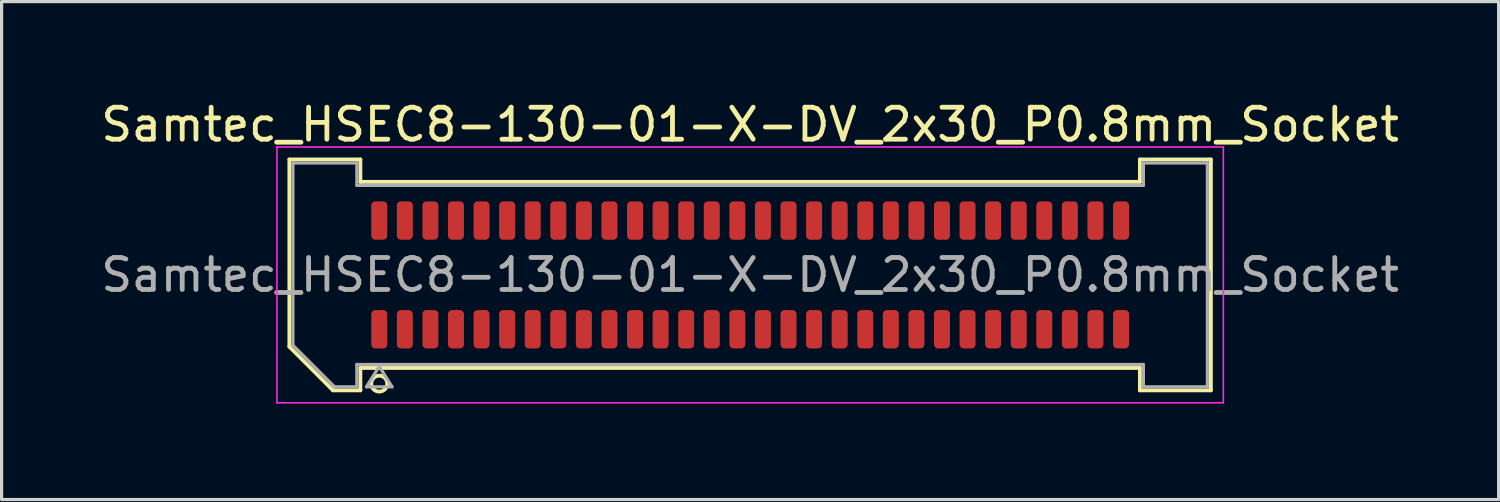
<source format=kicad_pcb>
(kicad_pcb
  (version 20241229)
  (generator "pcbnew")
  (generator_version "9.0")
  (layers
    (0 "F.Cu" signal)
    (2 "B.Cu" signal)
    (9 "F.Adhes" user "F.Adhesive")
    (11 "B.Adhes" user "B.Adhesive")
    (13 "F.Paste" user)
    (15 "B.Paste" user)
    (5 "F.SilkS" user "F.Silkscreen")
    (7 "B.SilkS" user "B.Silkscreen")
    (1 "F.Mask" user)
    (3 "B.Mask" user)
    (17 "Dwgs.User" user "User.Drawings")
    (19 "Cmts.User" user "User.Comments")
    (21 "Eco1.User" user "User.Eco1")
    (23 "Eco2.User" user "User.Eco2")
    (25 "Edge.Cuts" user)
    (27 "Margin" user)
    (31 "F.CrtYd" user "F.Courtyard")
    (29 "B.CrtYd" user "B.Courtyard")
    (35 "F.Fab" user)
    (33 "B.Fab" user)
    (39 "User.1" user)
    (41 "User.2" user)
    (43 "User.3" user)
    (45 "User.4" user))
  (footprint "Samtec_HSEC8-130-01-X-DV_2x30_P0.8mm_Socket"
    (layer "F.Cu")
    (at 20.411 5.548)
    (property "Reference" "Samtec_HSEC8-130-01-X-DV_2x30_P0.8mm_Socket" (at 0 -4.7 0) (layer "F.SilkS") (effects (font (size 1 1) (thickness 0.15))))
    (attr smd)
    (fp_line (start -14.41 -3.61) (end -12.19 -3.61) (stroke (width 0.12) (type solid)) (layer "F.SilkS"))
    (fp_line (start -14.41 2.246) (end -14.41 -3.61) (stroke (width 0.12) (type solid)) (layer "F.SilkS"))
    (fp_line (start -13.046 3.61) (end -14.41 2.246) (stroke (width 0.12) (type solid)) (layer "F.SilkS"))
    (fp_line (start -12.19 -3.61) (end -12.19 -2.91) (stroke (width 0.12) (type solid)) (layer "F.SilkS"))
    (fp_line (start -12.19 -2.91) (end 12.19 -2.91) (stroke (width 0.12) (type solid)) (layer "F.SilkS"))
    (fp_line (start -12.19 2.91) (end -12.19 3.61) (stroke (width 0.12) (type solid)) (layer "F.SilkS"))
    (fp_line (start -12.19 3.61) (end -13.046 3.61) (stroke (width 0.12) (type solid)) (layer "F.SilkS"))
    (fp_line (start 12.19 -3.61) (end 14.41 -3.61) (stroke (width 0.12) (type solid)) (layer "F.SilkS"))
    (fp_line (start 12.19 -2.91) (end 12.19 -3.61) (stroke (width 0.12) (type solid)) (layer "F.SilkS"))
    (fp_line (start 12.19 2.91) (end -12.19 2.91) (stroke (width 0.12) (type solid)) (layer "F.SilkS"))
    (fp_line (start 12.19 3.61) (end 12.19 2.91) (stroke (width 0.12) (type solid)) (layer "F.SilkS"))
    (fp_line (start 14.41 -3.61) (end 14.41 3.61) (stroke (width 0.12) (type solid)) (layer "F.SilkS"))
    (fp_line (start 14.41 3.61) (end 12.19 3.61) (stroke (width 0.12) (type solid)) (layer "F.SilkS"))
    (fp_arc (start -11.35 3.4) (mid -11.85 3.4) (end -11.35 3.4) (stroke (width 0.12) (type solid)) (layer "F.SilkS"))
    (fp_line (start -14.8 -4) (end -14.8 4) (stroke (width 0.05) (type solid)) (layer "F.CrtYd"))
    (fp_line (start -14.8 4) (end 14.8 4) (stroke (width 0.05) (type solid)) (layer "F.CrtYd"))
    (fp_line (start 14.8 -4) (end -14.8 -4) (stroke (width 0.05) (type solid)) (layer "F.CrtYd"))
    (fp_line (start 14.8 4) (end 14.8 -4) (stroke (width 0.05) (type solid)) (layer "F.CrtYd"))
    (fp_line (start -14.3 -3.5) (end -12.3 -3.5) (stroke (width 0.1) (type solid)) (layer "F.Fab"))
    (fp_line (start -14.3 2.2) (end -14.3 -3.5) (stroke (width 0.1) (type solid)) (layer "F.Fab"))
    (fp_line (start -13 3.5) (end -14.3 2.2) (stroke (width 0.1) (type solid)) (layer "F.Fab"))
    (fp_line (start -12.3 -3.5) (end -12.3 -2.8) (stroke (width 0.1) (type solid)) (layer "F.Fab"))
    (fp_line (start -12.3 -2.8) (end 12.3 -2.8) (stroke (width 0.1) (type solid)) (layer "F.Fab"))
    (fp_line (start -12.3 2.8) (end -12.3 3.5) (stroke (width 0.1) (type solid)) (layer "F.Fab"))
    (fp_line (start -12.3 3.5) (end -13 3.5) (stroke (width 0.1) (type solid)) (layer "F.Fab"))
    (fp_line (start -12 3.5) (end -11.6 2.86) (stroke (width 0.1) (type solid)) (layer "F.Fab"))
    (fp_line (start -11.6 2.86) (end -11.2 3.5) (stroke (width 0.1) (type solid)) (layer "F.Fab"))
    (fp_line (start -11.2 3.5) (end -12 3.5) (stroke (width 0.1) (type solid)) (layer "F.Fab"))
    (fp_line (start 12.3 -3.5) (end 14.3 -3.5) (stroke (width 0.1) (type solid)) (layer "F.Fab"))
    (fp_line (start 12.3 -2.8) (end 12.3 -3.5) (stroke (width 0.1) (type solid)) (layer "F.Fab"))
    (fp_line (start 12.3 2.8) (end -12.3 2.8) (stroke (width 0.1) (type solid)) (layer "F.Fab"))
    (fp_line (start 12.3 3.5) (end 12.3 2.8) (stroke (width 0.1) (type solid)) (layer "F.Fab"))
    (fp_line (start 14.3 -3.5) (end 14.3 3.5) (stroke (width 0.1) (type solid)) (layer "F.Fab"))
    (fp_line (start 14.3 3.5) (end 12.3 3.5) (stroke (width 0.1) (type solid)) (layer "F.Fab"))
    (fp_text user "${REFERENCE}" (at 0 0 0) (layer "F.Fab") (effects (font (size 1 1) (thickness 0.15))))
    (pad "1" smd roundrect (at -11.6 1.7) (size 0.5 1.2) (layers "F.Cu" "F.Mask" "F.Paste") (roundrect_rratio 0.25))
    (pad "2" smd roundrect (at -11.6 -1.7) (size 0.5 1.2) (layers "F.Cu" "F.Mask" "F.Paste") (roundrect_rratio 0.25))
    (pad "3" smd roundrect (at -10.8 1.7) (size 0.5 1.2) (layers "F.Cu" "F.Mask" "F.Paste") (roundrect_rratio 0.25))
    (pad "4" smd roundrect (at -10.8 -1.7) (size 0.5 1.2) (layers "F.Cu" "F.Mask" "F.Paste") (roundrect_rratio 0.25))
    (pad "5" smd roundrect (at -10 1.7) (size 0.5 1.2) (layers "F.Cu" "F.Mask" "F.Paste") (roundrect_rratio 0.25))
    (pad "6" smd roundrect (at -10 -1.7) (size 0.5 1.2) (layers "F.Cu" "F.Mask" "F.Paste") (roundrect_rratio 0.25))
    (pad "7" smd roundrect (at -9.2 1.7) (size 0.5 1.2) (layers "F.Cu" "F.Mask" "F.Paste") (roundrect_rratio 0.25))
    (pad "8" smd roundrect (at -9.2 -1.7) (size 0.5 1.2) (layers "F.Cu" "F.Mask" "F.Paste") (roundrect_rratio 0.25))
    (pad "9" smd roundrect (at -8.4 1.7) (size 0.5 1.2) (layers "F.Cu" "F.Mask" "F.Paste") (roundrect_rratio 0.25))
    (pad "10" smd roundrect (at -8.4 -1.7) (size 0.5 1.2) (layers "F.Cu" "F.Mask" "F.Paste") (roundrect_rratio 0.25))
    (pad "11" smd roundrect (at -7.6 1.7) (size 0.5 1.2) (layers "F.Cu" "F.Mask" "F.Paste") (roundrect_rratio 0.25))
    (pad "12" smd roundrect (at -7.6 -1.7) (size 0.5 1.2) (layers "F.Cu" "F.Mask" "F.Paste") (roundrect_rratio 0.25))
    (pad "13" smd roundrect (at -6.8 1.7) (size 0.5 1.2) (layers "F.Cu" "F.Mask" "F.Paste") (roundrect_rratio 0.25))
    (pad "14" smd roundrect (at -6.8 -1.7) (size 0.5 1.2) (layers "F.Cu" "F.Mask" "F.Paste") (roundrect_rratio 0.25))
    (pad "15" smd roundrect (at -6 1.7) (size 0.5 1.2) (layers "F.Cu" "F.Mask" "F.Paste") (roundrect_rratio 0.25))
    (pad "16" smd roundrect (at -6 -1.7) (size 0.5 1.2) (layers "F.Cu" "F.Mask" "F.Paste") (roundrect_rratio 0.25))
    (pad "17" smd roundrect (at -5.2 1.7) (size 0.5 1.2) (layers "F.Cu" "F.Mask" "F.Paste") (roundrect_rratio 0.25))
    (pad "18" smd roundrect (at -5.2 -1.7) (size 0.5 1.2) (layers "F.Cu" "F.Mask" "F.Paste") (roundrect_rratio 0.25))
    (pad "19" smd roundrect (at -4.4 1.7) (size 0.5 1.2) (layers "F.Cu" "F.Mask" "F.Paste") (roundrect_rratio 0.25))
    (pad "20" smd roundrect (at -4.4 -1.7) (size 0.5 1.2) (layers "F.Cu" "F.Mask" "F.Paste") (roundrect_rratio 0.25))
    (pad "21" smd roundrect (at -3.6 1.7) (size 0.5 1.2) (layers "F.Cu" "F.Mask" "F.Paste") (roundrect_rratio 0.25))
    (pad "22" smd roundrect (at -3.6 -1.7) (size 0.5 1.2) (layers "F.Cu" "F.Mask" "F.Paste") (roundrect_rratio 0.25))
    (pad "23" smd roundrect (at -2.8 1.7) (size 0.5 1.2) (layers "F.Cu" "F.Mask" "F.Paste") (roundrect_rratio 0.25))
    (pad "24" smd roundrect (at -2.8 -1.7) (size 0.5 1.2) (layers "F.Cu" "F.Mask" "F.Paste") (roundrect_rratio 0.25))
    (pad "25" smd roundrect (at -2 1.7) (size 0.5 1.2) (layers "F.Cu" "F.Mask" "F.Paste") (roundrect_rratio 0.25))
    (pad "26" smd roundrect (at -2 -1.7) (size 0.5 1.2) (layers "F.Cu" "F.Mask" "F.Paste") (roundrect_rratio 0.25))
    (pad "27" smd roundrect (at -1.2 1.7) (size 0.5 1.2) (layers "F.Cu" "F.Mask" "F.Paste") (roundrect_rratio 0.25))
    (pad "28" smd roundrect (at -1.2 -1.7) (size 0.5 1.2) (layers "F.Cu" "F.Mask" "F.Paste") (roundrect_rratio 0.25))
    (pad "29" smd roundrect (at -0.4 1.7) (size 0.5 1.2) (layers "F.Cu" "F.Mask" "F.Paste") (roundrect_rratio 0.25))
    (pad "30" smd roundrect (at -0.4 -1.7) (size 0.5 1.2) (layers "F.Cu" "F.Mask" "F.Paste") (roundrect_rratio 0.25))
    (pad "31" smd roundrect (at 0.4 1.7) (size 0.5 1.2) (layers "F.Cu" "F.Mask" "F.Paste") (roundrect_rratio 0.25))
    (pad "32" smd roundrect (at 0.4 -1.7) (size 0.5 1.2) (layers "F.Cu" "F.Mask" "F.Paste") (roundrect_rratio 0.25))
    (pad "33" smd roundrect (at 1.2 1.7) (size 0.5 1.2) (layers "F.Cu" "F.Mask" "F.Paste") (roundrect_rratio 0.25))
    (pad "34" smd roundrect (at 1.2 -1.7) (size 0.5 1.2) (layers "F.Cu" "F.Mask" "F.Paste") (roundrect_rratio 0.25))
    (pad "35" smd roundrect (at 2 1.7) (size 0.5 1.2) (layers "F.Cu" "F.Mask" "F.Paste") (roundrect_rratio 0.25))
    (pad "36" smd roundrect (at 2 -1.7) (size 0.5 1.2) (layers "F.Cu" "F.Mask" "F.Paste") (roundrect_rratio 0.25))
    (pad "37" smd roundrect (at 2.8 1.7) (size 0.5 1.2) (layers "F.Cu" "F.Mask" "F.Paste") (roundrect_rratio 0.25))
    (pad "38" smd roundrect (at 2.8 -1.7) (size 0.5 1.2) (layers "F.Cu" "F.Mask" "F.Paste") (roundrect_rratio 0.25))
    (pad "39" smd roundrect (at 3.6 1.7) (size 0.5 1.2) (layers "F.Cu" "F.Mask" "F.Paste") (roundrect_rratio 0.25))
    (pad "40" smd roundrect (at 3.6 -1.7) (size 0.5 1.2) (layers "F.Cu" "F.Mask" "F.Paste") (roundrect_rratio 0.25))
    (pad "41" smd roundrect (at 4.4 1.7) (size 0.5 1.2) (layers "F.Cu" "F.Mask" "F.Paste") (roundrect_rratio 0.25))
    (pad "42" smd roundrect (at 4.4 -1.7) (size 0.5 1.2) (layers "F.Cu" "F.Mask" "F.Paste") (roundrect_rratio 0.25))
    (pad "43" smd roundrect (at 5.2 1.7) (size 0.5 1.2) (layers "F.Cu" "F.Mask" "F.Paste") (roundrect_rratio 0.25))
    (pad "44" smd roundrect (at 5.2 -1.7) (size 0.5 1.2) (layers "F.Cu" "F.Mask" "F.Paste") (roundrect_rratio 0.25))
    (pad "45" smd roundrect (at 6 1.7) (size 0.5 1.2) (layers "F.Cu" "F.Mask" "F.Paste") (roundrect_rratio 0.25))
    (pad "46" smd roundrect (at 6 -1.7) (size 0.5 1.2) (layers "F.Cu" "F.Mask" "F.Paste") (roundrect_rratio 0.25))
    (pad "47" smd roundrect (at 6.8 1.7) (size 0.5 1.2) (layers "F.Cu" "F.Mask" "F.Paste") (roundrect_rratio 0.25))
    (pad "48" smd roundrect (at 6.8 -1.7) (size 0.5 1.2) (layers "F.Cu" "F.Mask" "F.Paste") (roundrect_rratio 0.25))
    (pad "49" smd roundrect (at 7.6 1.7) (size 0.5 1.2) (layers "F.Cu" "F.Mask" "F.Paste") (roundrect_rratio 0.25))
    (pad "50" smd roundrect (at 7.6 -1.7) (size 0.5 1.2) (layers "F.Cu" "F.Mask" "F.Paste") (roundrect_rratio 0.25))
    (pad "51" smd roundrect (at 8.4 1.7) (size 0.5 1.2) (layers "F.Cu" "F.Mask" "F.Paste") (roundrect_rratio 0.25))
    (pad "52" smd roundrect (at 8.4 -1.7) (size 0.5 1.2) (layers "F.Cu" "F.Mask" "F.Paste") (roundrect_rratio 0.25))
    (pad "53" smd roundrect (at 9.2 1.7) (size 0.5 1.2) (layers "F.Cu" "F.Mask" "F.Paste") (roundrect_rratio 0.25))
    (pad "54" smd roundrect (at 9.2 -1.7) (size 0.5 1.2) (layers "F.Cu" "F.Mask" "F.Paste") (roundrect_rratio 0.25))
    (pad "55" smd roundrect (at 10 1.7) (size 0.5 1.2) (layers "F.Cu" "F.Mask" "F.Paste") (roundrect_rratio 0.25))
    (pad "56" smd roundrect (at 10 -1.7) (size 0.5 1.2) (layers "F.Cu" "F.Mask" "F.Paste") (roundrect_rratio 0.25))
    (pad "57" smd roundrect (at 10.8 1.7) (size 0.5 1.2) (layers "F.Cu" "F.Mask" "F.Paste") (roundrect_rratio 0.25))
    (pad "58" smd roundrect (at 10.8 -1.7) (size 0.5 1.2) (layers "F.Cu" "F.Mask" "F.Paste") (roundrect_rratio 0.25))
    (pad "59" smd roundrect (at 11.6 1.7) (size 0.5 1.2) (layers "F.Cu" "F.Mask" "F.Paste") (roundrect_rratio 0.25))
    (pad "60" smd roundrect (at 11.6 -1.7) (size 0.5 1.2) (layers "F.Cu" "F.Mask" "F.Paste") (roundrect_rratio 0.25)))
  (gr_rect
    (start -3 -3)
    (end 43.821 12.573)
    (stroke (width 0.1) (type default))
    (fill no)
    (layer "Edge.Cuts")))
</source>
